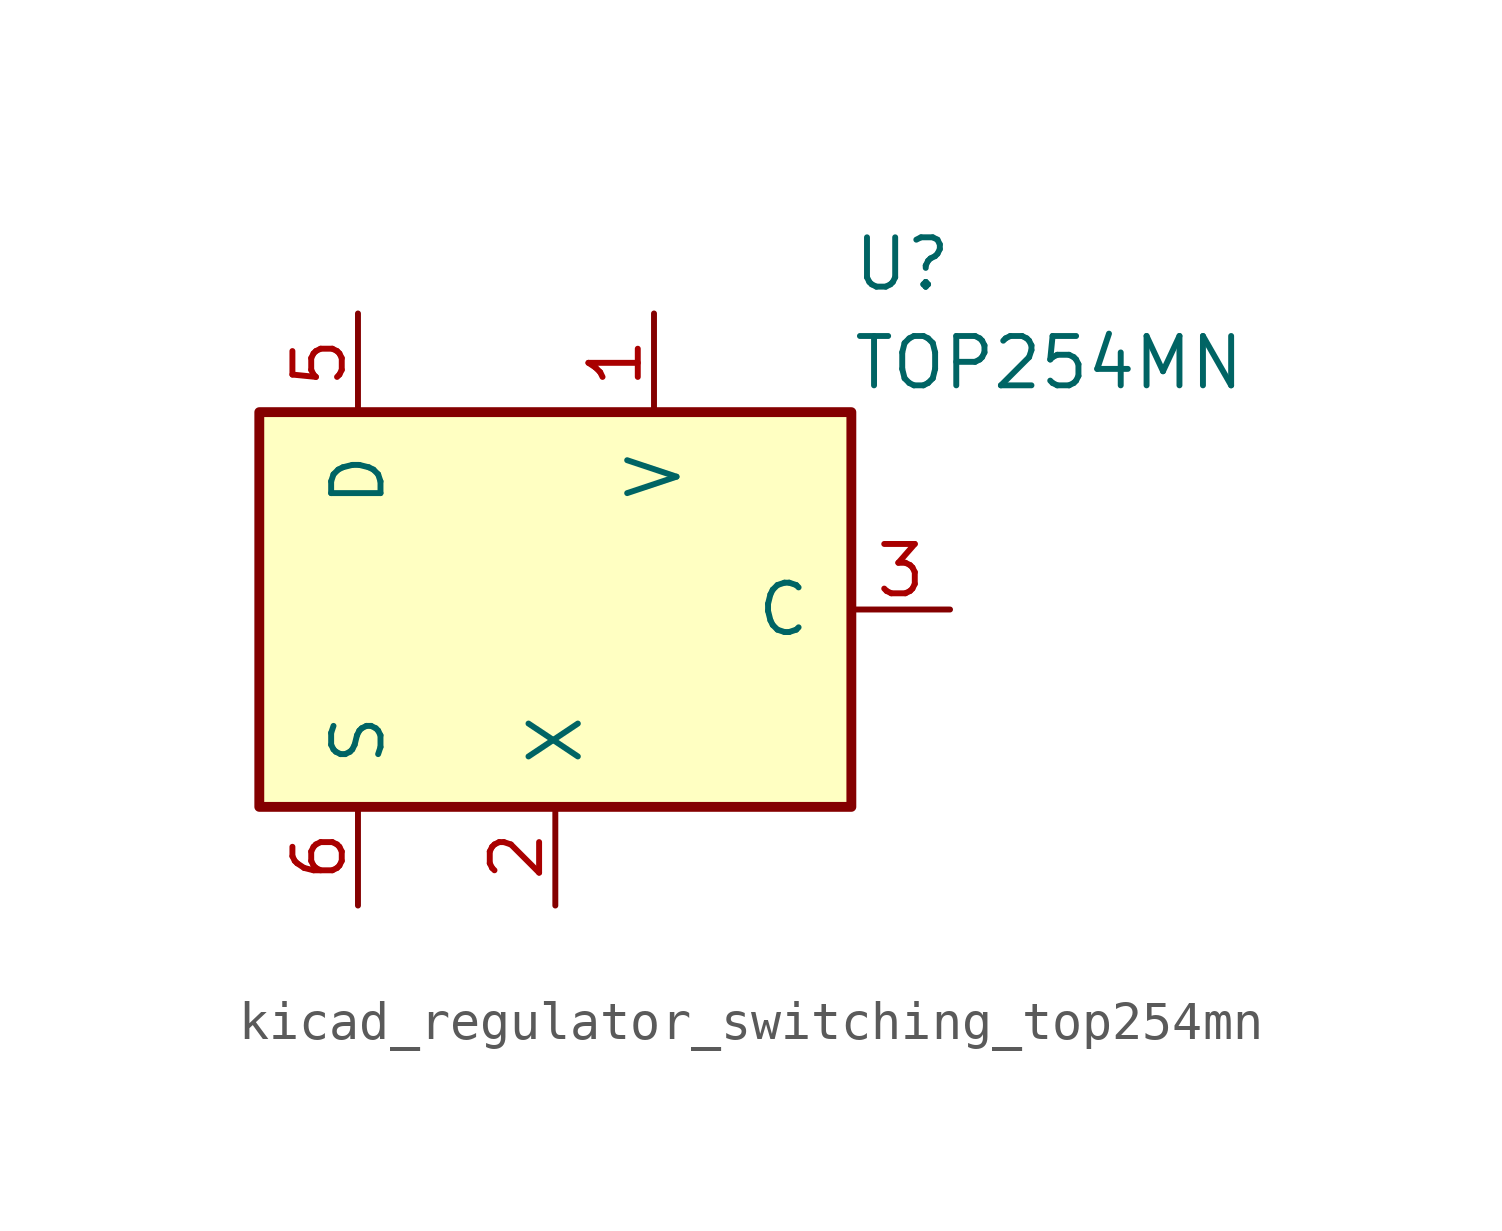
<source format=kicad_sym>
(kicad_symbol_lib
  (version 20220914)
  (generator kicad_symbol_editor)
  (symbol "kicad_regulator_switching_top254mn"
    (pin_names
      (offset 1.016))
    (property "Reference" "U"
      (at 7.62 8.89 0)
      (effects (font (size 1.27 1.27)) (justify left)))
    (property "Value" "TOP254MN"
      (at 7.62 6.35 0)
      (effects (font (size 1.27 1.27)) (justify left)))
    (symbol "kicad_regulator_switching_top254mn_0_1"
      (rectangle (start -7.62 5.08) (end 7.62 -5.08) (stroke (width 0.254) (type default)) (fill (type background))))
    (symbol "kicad_regulator_switching_top254mn_1_1"
      (pin input line (at 2.54 7.62 270) (length 2.54) (name "V" (effects (font (size 1.27 1.27)))) (number "1" (effects (font (size 1.27 1.27)))))
      (pin passive line (at -5.08 -7.62 90) (length 2.54) hide (name "S" (effects (font (size 1.27 1.27)))) (number "10" (effects (font (size 1.27 1.27)))))
      (pin input line (at 0 -7.62 90) (length 2.54) (name "X" (effects (font (size 1.27 1.27)))) (number "2" (effects (font (size 1.27 1.27)))))
      (pin input line (at 10.16 0 180) (length 2.54) (name "C" (effects (font (size 1.27 1.27)))) (number "3" (effects (font (size 1.27 1.27)))))
      (pin open_collector line (at -5.08 7.62 270) (length 2.54) (name "D" (effects (font (size 1.27 1.27)))) (number "5" (effects (font (size 1.27 1.27)))))
      (pin power_in line (at -5.08 -7.62 90) (length 2.54) (name "S" (effects (font (size 1.27 1.27)))) (number "6" (effects (font (size 1.27 1.27)))))
      (pin passive line (at -5.08 -7.62 90) (length 2.54) hide (name "S" (effects (font (size 1.27 1.27)))) (number "7" (effects (font (size 1.27 1.27)))))
      (pin passive line (at -5.08 -7.62 90) (length 2.54) hide (name "S" (effects (font (size 1.27 1.27)))) (number "8" (effects (font (size 1.27 1.27)))))
      (pin passive line (at -5.08 -7.62 90) (length 2.54) hide (name "S" (effects (font (size 1.27 1.27)))) (number "9" (effects (font (size 1.27 1.27))))))))
</source>
